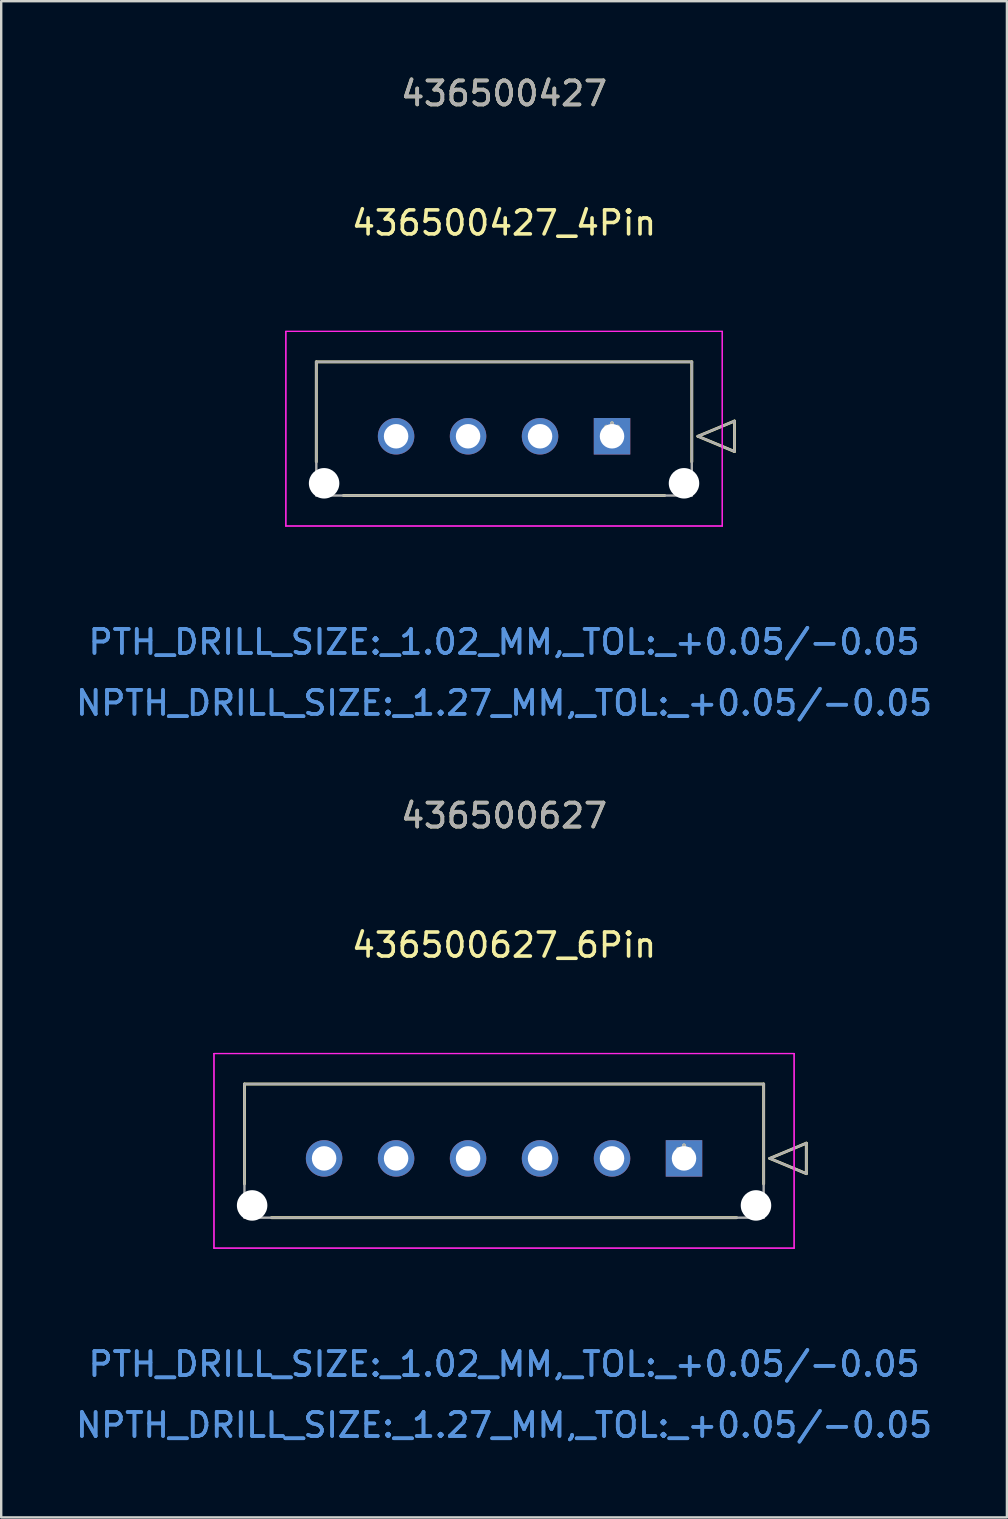
<source format=kicad_pcb>
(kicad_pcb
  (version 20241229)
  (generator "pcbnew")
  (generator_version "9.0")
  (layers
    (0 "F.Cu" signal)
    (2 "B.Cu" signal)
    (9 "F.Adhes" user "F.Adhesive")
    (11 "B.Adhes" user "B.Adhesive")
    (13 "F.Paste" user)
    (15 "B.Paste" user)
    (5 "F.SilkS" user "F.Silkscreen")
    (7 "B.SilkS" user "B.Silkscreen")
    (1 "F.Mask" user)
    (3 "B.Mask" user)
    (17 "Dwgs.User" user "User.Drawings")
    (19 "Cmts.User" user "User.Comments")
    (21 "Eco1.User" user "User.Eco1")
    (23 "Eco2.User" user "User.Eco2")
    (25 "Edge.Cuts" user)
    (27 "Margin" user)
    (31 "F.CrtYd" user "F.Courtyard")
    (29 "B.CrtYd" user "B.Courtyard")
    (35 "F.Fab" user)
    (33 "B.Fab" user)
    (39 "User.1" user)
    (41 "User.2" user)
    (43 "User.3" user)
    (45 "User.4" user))
  (footprint "436500427_4Pin"
    (layer "F.Cu")
    (at 22.458 15.133)
    (property "Reference" "436500427_4Pin" (at -4.5 -8.89 0) (layer "F.SilkS") (effects (font (size 1 1) (thickness 0.15))))
    (attr through_hole)
    (fp_line (start -12.325 -3.1) (end -12.325 1.065) (stroke (width 0.12) (type solid)) (layer "F.SilkS"))
    (fp_line (start -11.196 2.47) (end 2.196 2.47) (stroke (width 0.12) (type solid)) (layer "F.SilkS"))
    (fp_line (start 3.325 -3.1) (end -12.325 -3.1) (stroke (width 0.12) (type solid)) (layer "F.SilkS"))
    (fp_line (start 3.325 1.065) (end 3.325 -3.1) (stroke (width 0.12) (type solid)) (layer "F.SilkS"))
    (fp_line (start 3.579 0) (end 5.103 -0.635) (stroke (width 0.12) (type solid)) (layer "F.SilkS"))
    (fp_line (start 5.103 -0.635) (end 5.103 0.635) (stroke (width 0.12) (type solid)) (layer "F.SilkS"))
    (fp_line (start 5.103 0.635) (end 3.579 0) (stroke (width 0.12) (type solid)) (layer "F.SilkS"))
    (fp_line (start -13.595 -4.37) (end -13.595 3.74) (stroke (width 0.05) (type solid)) (layer "F.CrtYd"))
    (fp_line (start -13.595 -4.37) (end -13.595 3.74) (stroke (width 0.05) (type solid)) (layer "F.CrtYd"))
    (fp_line (start -13.595 3.74) (end 4.595 3.74) (stroke (width 0.05) (type solid)) (layer "F.CrtYd"))
    (fp_line (start -13.595 3.74) (end 4.595 3.74) (stroke (width 0.05) (type solid)) (layer "F.CrtYd"))
    (fp_line (start 4.595 -4.37) (end -13.595 -4.37) (stroke (width 0.05) (type solid)) (layer "F.CrtYd"))
    (fp_line (start 4.595 -4.37) (end -13.595 -4.37) (stroke (width 0.05) (type solid)) (layer "F.CrtYd"))
    (fp_line (start 4.595 3.74) (end 4.595 -4.37) (stroke (width 0.05) (type solid)) (layer "F.CrtYd"))
    (fp_line (start 4.595 3.74) (end 4.595 -4.37) (stroke (width 0.05) (type solid)) (layer "F.CrtYd"))
    (fp_line (start -12.325 -3.1) (end -12.325 2.47) (stroke (width 0.1) (type solid)) (layer "F.Fab"))
    (fp_line (start -12.325 2.47) (end 3.325 2.47) (stroke (width 0.1) (type solid)) (layer "F.Fab"))
    (fp_line (start 3.325 -3.1) (end -12.325 -3.1) (stroke (width 0.1) (type solid)) (layer "F.Fab"))
    (fp_line (start 3.325 2.47) (end 3.325 -3.1) (stroke (width 0.1) (type solid)) (layer "F.Fab"))
    (fp_line (start 3.579 0) (end 5.103 -0.635) (stroke (width 0.1) (type solid)) (layer "F.Fab"))
    (fp_line (start 5.103 -0.635) (end 5.103 0.635) (stroke (width 0.1) (type solid)) (layer "F.Fab"))
    (fp_line (start 5.103 0.635) (end 3.579 0) (stroke (width 0.1) (type solid)) (layer "F.Fab"))
    (fp_text user "*" (at 0 0 0) (layer "F.SilkS") (effects (font (size 1 1) (thickness 0.15))))
    (fp_text user "436500427" (at -4.5 -14.285 0) (layer "F.SilkS") (effects (font (size 1 1) (thickness 0.15))))
    (fp_text user "PTH_DRILL_SIZE:_1.02_MM,_TOL:_+0.05/-0.05" (at -4.5 8.575 0) (layer "Cmts.User") (effects (font (size 1 1) (thickness 0.15))))
    (fp_text user "Copyright 2021 Accelerated Designs. All rights reserved." (at 0 0 0) (layer "Cmts.User") (effects (font (size 0.127 0.127) (thickness 0.002))))
    (fp_text user "NPTH_DRILL_SIZE:_1.27_MM,_TOL:_+0.05/-0.05" (at -4.5 11.115 0) (layer "Cmts.User") (effects (font (size 1 1) (thickness 0.15))))
    (fp_text user "NPTH_DRILL_SIZE:_1.27_MM,_TOL:_+0.05/-0.05" (at -4.5 11.115 0) (layer "Cmts.User") (effects (font (size 1 1) (thickness 0.15))))
    (fp_text user "PTH_DRILL_SIZE:_1.02_MM,_TOL:_+0.05/-0.05" (at -4.5 8.575 0) (layer "Cmts.User") (effects (font (size 1 1) (thickness 0.15))))
    (fp_text user "*" (at 0 0 0) (layer "F.Fab") (effects (font (size 1 1) (thickness 0.15))))
    (fp_text user "436500427" (at -4.5 -14.285 0) (layer "F.Fab") (effects (font (size 1 1) (thickness 0.15))))
    (pad "" np_thru_hole circle (at -12 1.96) (size 1.27 1.27) (drill 1.27) (layers "*.Cu" "*.Mask"))
    (pad "" np_thru_hole circle (at 3 1.96) (size 1.27 1.27) (drill 1.27) (layers "*.Cu" "*.Mask"))
    (pad "1" thru_hole rect (at 0 0) (size 1.52 1.52) (drill 1.02) (layers "*.Cu" "*.Mask"))
    (pad "2" thru_hole circle (at -3 0) (size 1.52 1.52) (drill 1.02) (layers "*.Cu" "*.Mask"))
    (pad "3" thru_hole circle (at -6 0) (size 1.52 1.52) (drill 1.02) (layers "*.Cu" "*.Mask"))
    (pad "4" thru_hole circle (at -9 0) (size 1.52 1.52) (drill 1.02) (layers "*.Cu" "*.Mask")))
  (footprint "436500627_6Pin"
    (layer "F.Cu")
    (at 25.458 45.23)
    (property "Reference" "436500627_6Pin" (at -7.5 -8.89 0) (layer "F.SilkS") (effects (font (size 1 1) (thickness 0.15))))
    (attr through_hole)
    (fp_line (start -18.32 -3.1) (end -18.32 1.063) (stroke (width 0.12) (type solid)) (layer "F.SilkS"))
    (fp_line (start -17.195 2.47) (end 2.196 2.47) (stroke (width 0.12) (type solid)) (layer "F.SilkS"))
    (fp_line (start 3.32 -3.1) (end -18.32 -3.1) (stroke (width 0.12) (type solid)) (layer "F.SilkS"))
    (fp_line (start 3.32 1.063) (end 3.32 -3.1) (stroke (width 0.12) (type solid)) (layer "F.SilkS"))
    (fp_line (start 3.574 0) (end 5.098 -0.635) (stroke (width 0.12) (type solid)) (layer "F.SilkS"))
    (fp_line (start 5.098 -0.635) (end 5.098 0.635) (stroke (width 0.12) (type solid)) (layer "F.SilkS"))
    (fp_line (start 5.098 0.635) (end 3.574 0) (stroke (width 0.12) (type solid)) (layer "F.SilkS"))
    (fp_line (start -19.59 -4.37) (end -19.59 3.74) (stroke (width 0.05) (type solid)) (layer "F.CrtYd"))
    (fp_line (start -19.59 -4.37) (end -19.59 3.74) (stroke (width 0.05) (type solid)) (layer "F.CrtYd"))
    (fp_line (start -19.59 3.74) (end 4.59 3.74) (stroke (width 0.05) (type solid)) (layer "F.CrtYd"))
    (fp_line (start -19.59 3.74) (end 4.59 3.74) (stroke (width 0.05) (type solid)) (layer "F.CrtYd"))
    (fp_line (start 4.59 -4.37) (end -19.59 -4.37) (stroke (width 0.05) (type solid)) (layer "F.CrtYd"))
    (fp_line (start 4.59 -4.37) (end -19.59 -4.37) (stroke (width 0.05) (type solid)) (layer "F.CrtYd"))
    (fp_line (start 4.59 3.74) (end 4.59 -4.37) (stroke (width 0.05) (type solid)) (layer "F.CrtYd"))
    (fp_line (start 4.59 3.74) (end 4.59 -4.37) (stroke (width 0.05) (type solid)) (layer "F.CrtYd"))
    (fp_line (start -18.32 -3.1) (end -18.32 2.47) (stroke (width 0.1) (type solid)) (layer "F.Fab"))
    (fp_line (start -18.32 2.47) (end 3.32 2.47) (stroke (width 0.1) (type solid)) (layer "F.Fab"))
    (fp_line (start 3.32 -3.1) (end -18.32 -3.1) (stroke (width 0.1) (type solid)) (layer "F.Fab"))
    (fp_line (start 3.32 2.47) (end 3.32 -3.1) (stroke (width 0.1) (type solid)) (layer "F.Fab"))
    (fp_line (start 3.574 0) (end 5.098 -0.635) (stroke (width 0.1) (type solid)) (layer "F.Fab"))
    (fp_line (start 5.098 -0.635) (end 5.098 0.635) (stroke (width 0.1) (type solid)) (layer "F.Fab"))
    (fp_line (start 5.098 0.635) (end 3.574 0) (stroke (width 0.1) (type solid)) (layer "F.Fab"))
    (fp_text user "*" (at 0 0 0) (layer "F.SilkS") (effects (font (size 1 1) (thickness 0.15))))
    (fp_text user "436500627" (at -7.5 -14.285 0) (layer "F.SilkS") (effects (font (size 1 1) (thickness 0.15))))
    (fp_text user "NPTH_DRILL_SIZE:_1.27_MM,_TOL:_+0.05/-0.05" (at -7.5 11.115 0) (layer "Cmts.User") (effects (font (size 1 1) (thickness 0.15))))
    (fp_text user "PTH_DRILL_SIZE:_1.02_MM,_TOL:_+0.05/-0.05" (at -7.5 8.575 0) (layer "Cmts.User") (effects (font (size 1 1) (thickness 0.15))))
    (fp_text user "NPTH_DRILL_SIZE:_1.27_MM,_TOL:_+0.05/-0.05" (at -7.5 11.115 0) (layer "Cmts.User") (effects (font (size 1 1) (thickness 0.15))))
    (fp_text user "Copyright 2021 Accelerated Designs. All rights reserved." (at 0 0 0) (layer "Cmts.User") (effects (font (size 0.127 0.127) (thickness 0.002))))
    (fp_text user "PTH_DRILL_SIZE:_1.02_MM,_TOL:_+0.05/-0.05" (at -7.5 8.575 0) (layer "Cmts.User") (effects (font (size 1 1) (thickness 0.15))))
    (fp_text user "436500627" (at -7.5 -14.285 0) (layer "F.Fab") (effects (font (size 1 1) (thickness 0.15))))
    (fp_text user "*" (at 0 0 0) (layer "F.Fab") (effects (font (size 1 1) (thickness 0.15))))
    (pad "" np_thru_hole circle (at -18 1.96) (size 1.27 1.27) (drill 1.27) (layers "*.Cu" "*.Mask"))
    (pad "" np_thru_hole circle (at 3 1.96) (size 1.27 1.27) (drill 1.27) (layers "*.Cu" "*.Mask"))
    (pad "1" thru_hole rect (at 0 0) (size 1.52 1.52) (drill 1.02) (layers "*.Cu" "*.Mask"))
    (pad "2" thru_hole circle (at -3 0) (size 1.52 1.52) (drill 1.02) (layers "*.Cu" "*.Mask"))
    (pad "3" thru_hole circle (at -6 0) (size 1.52 1.52) (drill 1.02) (layers "*.Cu" "*.Mask"))
    (pad "4" thru_hole circle (at -9 0) (size 1.52 1.52) (drill 1.02) (layers "*.Cu" "*.Mask"))
    (pad "5" thru_hole circle (at -12 0) (size 1.52 1.52) (drill 1.02) (layers "*.Cu" "*.Mask"))
    (pad "6" thru_hole circle (at -15 0) (size 1.52 1.52) (drill 1.02) (layers "*.Cu" "*.Mask")))
  (gr_rect
    (start -3 -3)
    (end 38.917 60.193)
    (stroke (width 0.1) (type default))
    (fill no)
    (layer "Edge.Cuts")))
</source>
